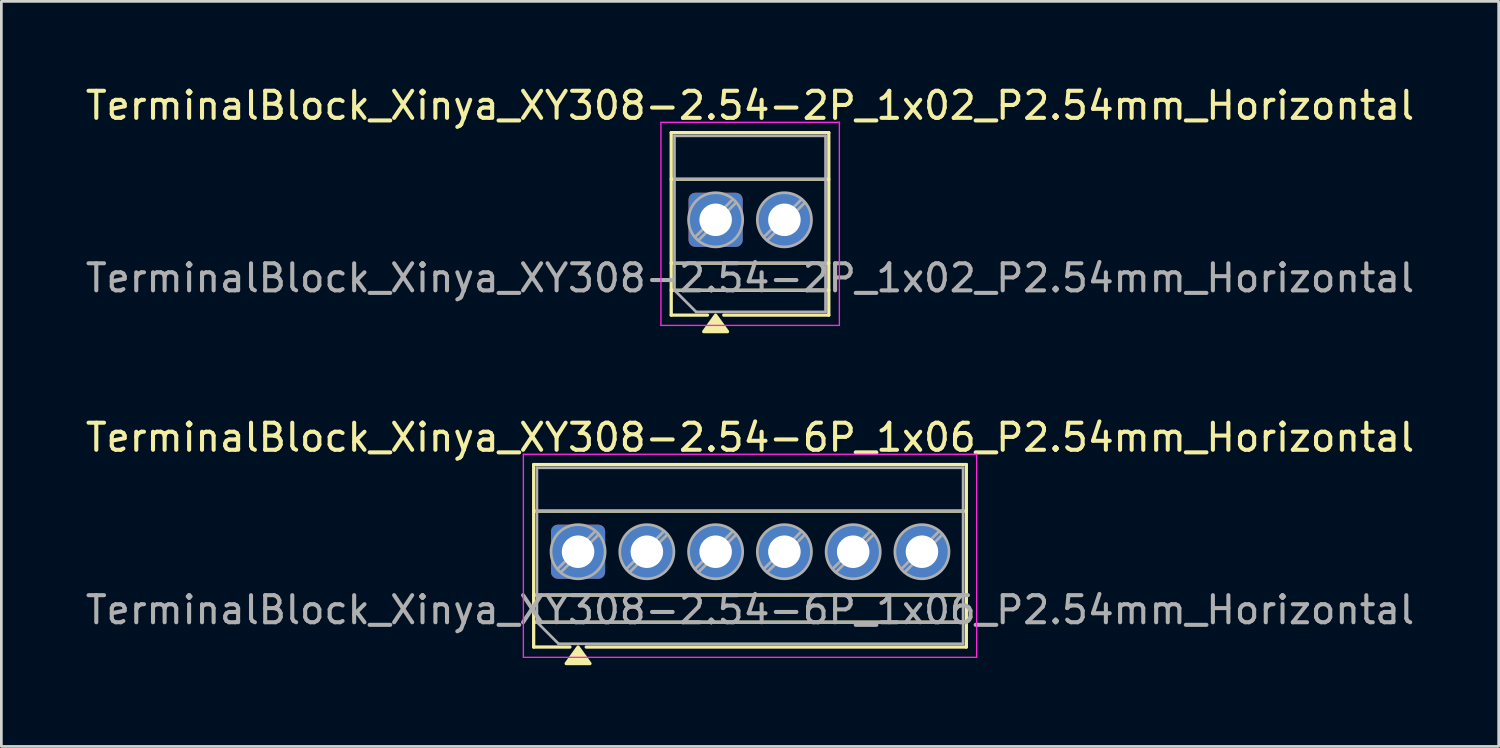
<source format=kicad_pcb>
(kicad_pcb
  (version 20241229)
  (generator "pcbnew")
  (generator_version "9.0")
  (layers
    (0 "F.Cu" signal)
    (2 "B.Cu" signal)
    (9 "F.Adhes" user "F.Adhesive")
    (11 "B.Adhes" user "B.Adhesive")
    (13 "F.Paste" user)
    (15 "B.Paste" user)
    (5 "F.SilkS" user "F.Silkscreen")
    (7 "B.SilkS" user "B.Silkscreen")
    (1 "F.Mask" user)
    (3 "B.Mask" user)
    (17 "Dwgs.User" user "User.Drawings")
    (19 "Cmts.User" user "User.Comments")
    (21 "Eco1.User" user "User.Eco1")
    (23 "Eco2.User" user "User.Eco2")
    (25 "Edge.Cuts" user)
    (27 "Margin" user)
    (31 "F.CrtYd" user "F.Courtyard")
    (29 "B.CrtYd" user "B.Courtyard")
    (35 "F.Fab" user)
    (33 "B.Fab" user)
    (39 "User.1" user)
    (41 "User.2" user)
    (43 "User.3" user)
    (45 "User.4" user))
  (footprint "TerminalBlock_Xinya_XY308-2.54-6P_1x06_P2.54mm_Horizontal"
    (layer "F.Cu")
    (at 18.299 17.326)
    (property "Reference" "TerminalBlock_Xinya_XY308-2.54-6P_1x06_P2.54mm_Horizontal" (at 6.35 -4.22 0) (layer "F.SilkS") (effects (font (size 1 1) (thickness 0.15))))
    (attr through_hole)
    (fp_line (start -1.64 -3.22) (end 14.34 -3.22) (stroke (width 0.12) (type solid)) (layer "F.SilkS"))
    (fp_line (start -1.64 -1.5) (end 14.34 -1.5) (stroke (width 0.12) (type solid)) (layer "F.SilkS"))
    (fp_line (start -1.64 1.6) (end 14.34 1.6) (stroke (width 0.12) (type solid)) (layer "F.SilkS"))
    (fp_line (start -1.64 2.6) (end 14.34 2.6) (stroke (width 0.12) (type solid)) (layer "F.SilkS"))
    (fp_line (start -1.64 3.52) (end -1.64 -3.22) (stroke (width 0.12) (type solid)) (layer "F.SilkS"))
    (fp_line (start -0.3 3.52) (end -1.64 3.52) (stroke (width 0.12) (type solid)) (layer "F.SilkS"))
    (fp_line (start 14.34 -3.22) (end 14.34 3.52) (stroke (width 0.12) (type solid)) (layer "F.SilkS"))
    (fp_line (start 14.34 3.52) (end 0.3 3.52) (stroke (width 0.12) (type solid)) (layer "F.SilkS"))
    (fp_poly (pts (xy 0 3.52) (xy 0.44 4.13) (xy -0.44 4.13)) (stroke (width 0.12) (type solid)) (fill yes) (layer "F.SilkS"))
    (fp_line (start -2.02 -3.6) (end -2.02 3.9) (stroke (width 0.05) (type solid)) (layer "F.CrtYd"))
    (fp_line (start -2.02 3.9) (end 14.72 3.9) (stroke (width 0.05) (type solid)) (layer "F.CrtYd"))
    (fp_line (start 14.72 -3.6) (end -2.02 -3.6) (stroke (width 0.05) (type solid)) (layer "F.CrtYd"))
    (fp_line (start 14.72 3.9) (end 14.72 -3.6) (stroke (width 0.05) (type solid)) (layer "F.CrtYd"))
    (fp_line (start -1.52 -3.1) (end 14.22 -3.1) (stroke (width 0.1) (type solid)) (layer "F.Fab"))
    (fp_line (start -1.52 -1.5) (end 14.22 -1.5) (stroke (width 0.1) (type solid)) (layer "F.Fab"))
    (fp_line (start -1.52 1.6) (end 14.22 1.6) (stroke (width 0.1) (type solid)) (layer "F.Fab"))
    (fp_line (start -1.52 2.6) (end -1.52 -3.1) (stroke (width 0.1) (type solid)) (layer "F.Fab"))
    (fp_line (start -1.52 2.6) (end 14.22 2.6) (stroke (width 0.1) (type solid)) (layer "F.Fab"))
    (fp_line (start -0.72 3.4) (end -1.52 2.6) (stroke (width 0.1) (type solid)) (layer "F.Fab"))
    (fp_line (start 0.636 -0.758) (end -0.758 0.636) (stroke (width 0.1) (type solid)) (layer "F.Fab"))
    (fp_line (start 0.758 -0.636) (end -0.636 0.758) (stroke (width 0.1) (type solid)) (layer "F.Fab"))
    (fp_line (start 3.176 -0.758) (end 1.782 0.636) (stroke (width 0.1) (type solid)) (layer "F.Fab"))
    (fp_line (start 3.298 -0.636) (end 1.904 0.758) (stroke (width 0.1) (type solid)) (layer "F.Fab"))
    (fp_line (start 5.716 -0.758) (end 4.322 0.636) (stroke (width 0.1) (type solid)) (layer "F.Fab"))
    (fp_line (start 5.838 -0.636) (end 4.444 0.758) (stroke (width 0.1) (type solid)) (layer "F.Fab"))
    (fp_line (start 8.256 -0.758) (end 6.862 0.636) (stroke (width 0.1) (type solid)) (layer "F.Fab"))
    (fp_line (start 8.378 -0.636) (end 6.984 0.758) (stroke (width 0.1) (type solid)) (layer "F.Fab"))
    (fp_line (start 10.796 -0.758) (end 9.402 0.636) (stroke (width 0.1) (type solid)) (layer "F.Fab"))
    (fp_line (start 10.918 -0.636) (end 9.524 0.758) (stroke (width 0.1) (type solid)) (layer "F.Fab"))
    (fp_line (start 13.336 -0.758) (end 11.942 0.636) (stroke (width 0.1) (type solid)) (layer "F.Fab"))
    (fp_line (start 13.458 -0.636) (end 12.064 0.758) (stroke (width 0.1) (type solid)) (layer "F.Fab"))
    (fp_line (start 14.22 -3.1) (end 14.22 3.4) (stroke (width 0.1) (type solid)) (layer "F.Fab"))
    (fp_line (start 14.22 3.4) (end -0.72 3.4) (stroke (width 0.1) (type solid)) (layer "F.Fab"))
    (fp_circle (center 0 0) (end 1 0) (stroke (width 0.1) (type solid)) (fill no) (layer "F.Fab"))
    (fp_circle (center 2.54 0) (end 3.54 0) (stroke (width 0.1) (type solid)) (fill no) (layer "F.Fab"))
    (fp_circle (center 5.08 0) (end 6.08 0) (stroke (width 0.1) (type solid)) (fill no) (layer "F.Fab"))
    (fp_circle (center 7.62 0) (end 8.62 0) (stroke (width 0.1) (type solid)) (fill no) (layer "F.Fab"))
    (fp_circle (center 10.16 0) (end 11.16 0) (stroke (width 0.1) (type solid)) (fill no) (layer "F.Fab"))
    (fp_circle (center 12.7 0) (end 13.7 0) (stroke (width 0.1) (type solid)) (fill no) (layer "F.Fab"))
    (fp_text user "${REFERENCE}" (at 6.35 2.15 0) (layer "F.Fab") (effects (font (size 1 1) (thickness 0.15))))
    (pad "1" thru_hole roundrect (at 0 0) (size 2 2) (drill 1.2) (layers "*.Cu" "*.Mask") (roundrect_rratio 0.125))
    (pad "2" thru_hole circle (at 2.54 0) (size 2 2) (drill 1.2) (layers "*.Cu" "*.Mask"))
    (pad "3" thru_hole circle (at 5.08 0) (size 2 2) (drill 1.2) (layers "*.Cu" "*.Mask"))
    (pad "4" thru_hole circle (at 7.62 0) (size 2 2) (drill 1.2) (layers "*.Cu" "*.Mask"))
    (pad "5" thru_hole circle (at 10.16 0) (size 2 2) (drill 1.2) (layers "*.Cu" "*.Mask"))
    (pad "6" thru_hole circle (at 12.7 0) (size 2 2) (drill 1.2) (layers "*.Cu" "*.Mask")))
  (footprint "TerminalBlock_Xinya_XY308-2.54-2P_1x02_P2.54mm_Horizontal"
    (layer "F.Cu")
    (at 23.379 5.068)
    (property "Reference" "TerminalBlock_Xinya_XY308-2.54-2P_1x02_P2.54mm_Horizontal" (at 1.27 -4.22 0) (layer "F.SilkS") (effects (font (size 1 1) (thickness 0.15))))
    (attr through_hole)
    (fp_line (start -1.64 -3.22) (end 4.18 -3.22) (stroke (width 0.12) (type solid)) (layer "F.SilkS"))
    (fp_line (start -1.64 -1.5) (end 4.18 -1.5) (stroke (width 0.12) (type solid)) (layer "F.SilkS"))
    (fp_line (start -1.64 1.6) (end 4.18 1.6) (stroke (width 0.12) (type solid)) (layer "F.SilkS"))
    (fp_line (start -1.64 2.6) (end 4.18 2.6) (stroke (width 0.12) (type solid)) (layer "F.SilkS"))
    (fp_line (start -1.64 3.52) (end -1.64 -3.22) (stroke (width 0.12) (type solid)) (layer "F.SilkS"))
    (fp_line (start -0.3 3.52) (end -1.64 3.52) (stroke (width 0.12) (type solid)) (layer "F.SilkS"))
    (fp_line (start 4.18 -3.22) (end 4.18 3.52) (stroke (width 0.12) (type solid)) (layer "F.SilkS"))
    (fp_line (start 4.18 3.52) (end 0.3 3.52) (stroke (width 0.12) (type solid)) (layer "F.SilkS"))
    (fp_poly (pts (xy 0 3.52) (xy 0.44 4.13) (xy -0.44 4.13)) (stroke (width 0.12) (type solid)) (fill yes) (layer "F.SilkS"))
    (fp_line (start -2.02 -3.6) (end -2.02 3.9) (stroke (width 0.05) (type solid)) (layer "F.CrtYd"))
    (fp_line (start -2.02 3.9) (end 4.57 3.9) (stroke (width 0.05) (type solid)) (layer "F.CrtYd"))
    (fp_line (start 4.57 -3.6) (end -2.02 -3.6) (stroke (width 0.05) (type solid)) (layer "F.CrtYd"))
    (fp_line (start 4.57 3.9) (end 4.57 -3.6) (stroke (width 0.05) (type solid)) (layer "F.CrtYd"))
    (fp_line (start -1.52 -3.1) (end 4.06 -3.1) (stroke (width 0.1) (type solid)) (layer "F.Fab"))
    (fp_line (start -1.52 -1.5) (end 4.06 -1.5) (stroke (width 0.1) (type solid)) (layer "F.Fab"))
    (fp_line (start -1.52 1.6) (end 4.06 1.6) (stroke (width 0.1) (type solid)) (layer "F.Fab"))
    (fp_line (start -1.52 2.6) (end -1.52 -3.1) (stroke (width 0.1) (type solid)) (layer "F.Fab"))
    (fp_line (start -1.52 2.6) (end 4.06 2.6) (stroke (width 0.1) (type solid)) (layer "F.Fab"))
    (fp_line (start -0.72 3.4) (end -1.52 2.6) (stroke (width 0.1) (type solid)) (layer "F.Fab"))
    (fp_line (start 0.636 -0.758) (end -0.758 0.636) (stroke (width 0.1) (type solid)) (layer "F.Fab"))
    (fp_line (start 0.758 -0.636) (end -0.636 0.758) (stroke (width 0.1) (type solid)) (layer "F.Fab"))
    (fp_line (start 3.176 -0.758) (end 1.782 0.636) (stroke (width 0.1) (type solid)) (layer "F.Fab"))
    (fp_line (start 3.298 -0.636) (end 1.904 0.758) (stroke (width 0.1) (type solid)) (layer "F.Fab"))
    (fp_line (start 4.06 -3.1) (end 4.06 3.4) (stroke (width 0.1) (type solid)) (layer "F.Fab"))
    (fp_line (start 4.06 3.4) (end -0.72 3.4) (stroke (width 0.1) (type solid)) (layer "F.Fab"))
    (fp_circle (center 0 0) (end 1 0) (stroke (width 0.1) (type solid)) (fill no) (layer "F.Fab"))
    (fp_circle (center 2.54 0) (end 3.54 0) (stroke (width 0.1) (type solid)) (fill no) (layer "F.Fab"))
    (fp_text user "${REFERENCE}" (at 1.27 2.15 0) (layer "F.Fab") (effects (font (size 1 1) (thickness 0.15))))
    (pad "1" thru_hole roundrect (at 0 0) (size 2 2) (drill 1.2) (layers "*.Cu" "*.Mask") (roundrect_rratio 0.125))
    (pad "2" thru_hole circle (at 2.54 0) (size 2 2) (drill 1.2) (layers "*.Cu" "*.Mask")))
  (gr_rect
    (start -3 -3)
    (end 52.298 24.517)
    (stroke (width 0.1) (type default))
    (fill no)
    (layer "Edge.Cuts")))
</source>
